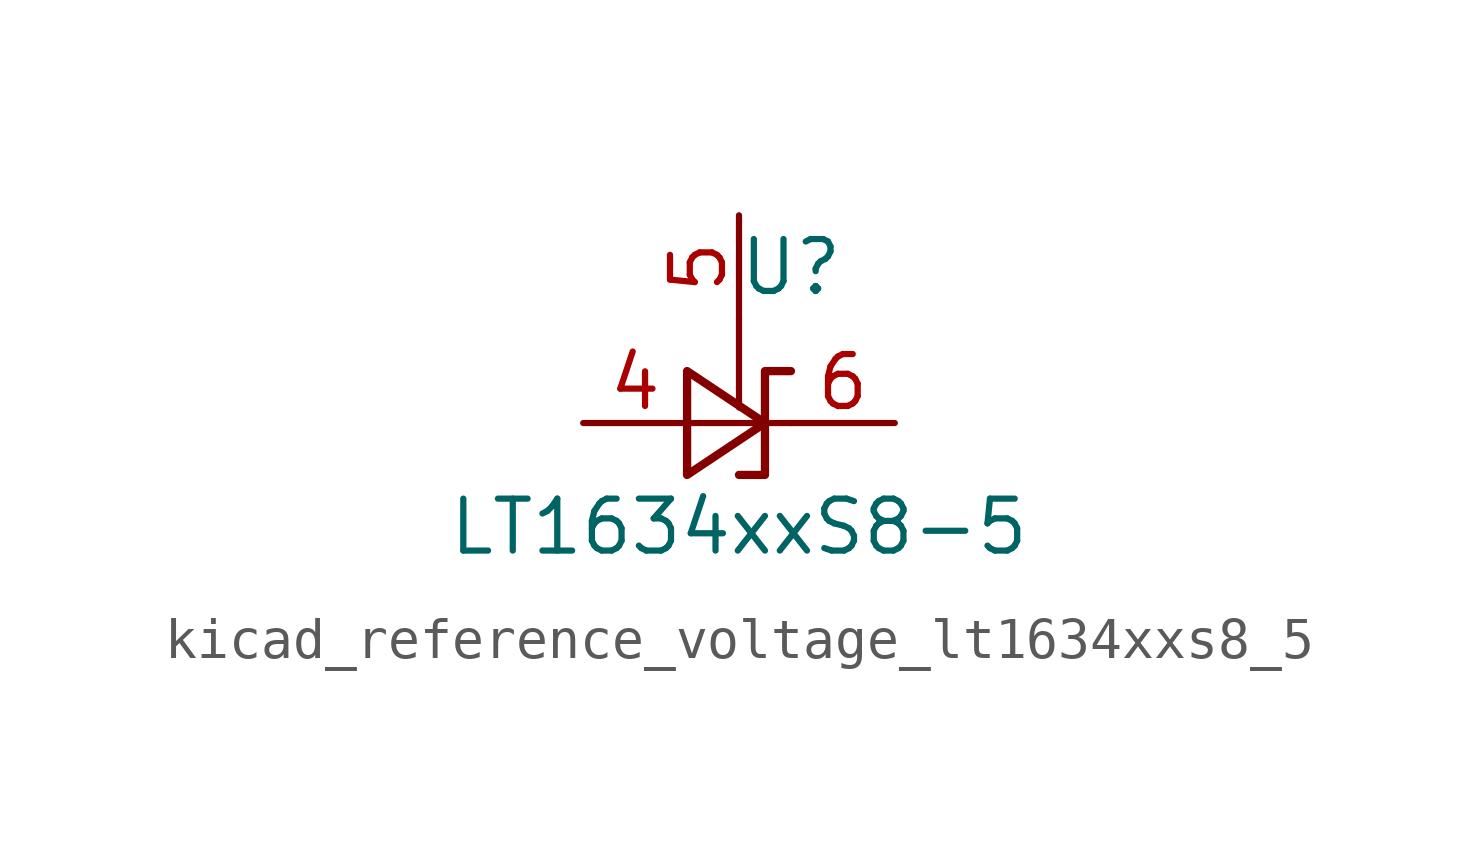
<source format=kicad_sym>
(kicad_symbol_lib
  (version 20220914)
  (generator kicad_symbol_editor)
  (symbol "kicad_reference_voltage_lt1634xxs8_5"
    (pin_names hide)
    (property "Reference" "U"
      (at 1.27 3.81 0)
      (effects (font (size 1.27 1.27))))
    (property "Value" "LT1634xxS8-5"
      (at 0 -2.54 0)
      (effects (font (size 1.27 1.27))))
    (symbol "kicad_reference_voltage_lt1634xxs8_5_1_1"
      (polyline (pts (xy 0 2.54) (xy 0 0.381)) (stroke (width 0) (type default)) (fill (type none)))
      (polyline (pts (xy -1.27 0) (xy 0 0) (xy 1.27 0)) (stroke (width 0) (type default)) (fill (type none)))
      (polyline (pts (xy -1.27 -1.27) (xy 0.635 0) (xy -1.27 1.27) (xy -1.27 -1.27)) (stroke (width 0.203) (type default)) (fill (type none)))
      (polyline (pts (xy 0 -1.27) (xy 0.635 -1.27) (xy 0.635 1.27) (xy 1.27 1.27)) (stroke (width 0.203) (type default)) (fill (type none)))
      (pin passive line (at -3.81 0 0) (length 2.54) (name "A" (effects (font (size 1.27 1.27)))) (number "4" (effects (font (size 1.27 1.27)))))
      (pin input line (at 0 5.08 270) (length 2.54) (name "Test" (effects (font (size 1.27 1.27)))) (number "5" (effects (font (size 1.27 1.27)))))
      (pin passive line (at 3.81 0 180) (length 2.54) (name "K" (effects (font (size 1.27 1.27)))) (number "6" (effects (font (size 1.27 1.27))))))))
</source>
